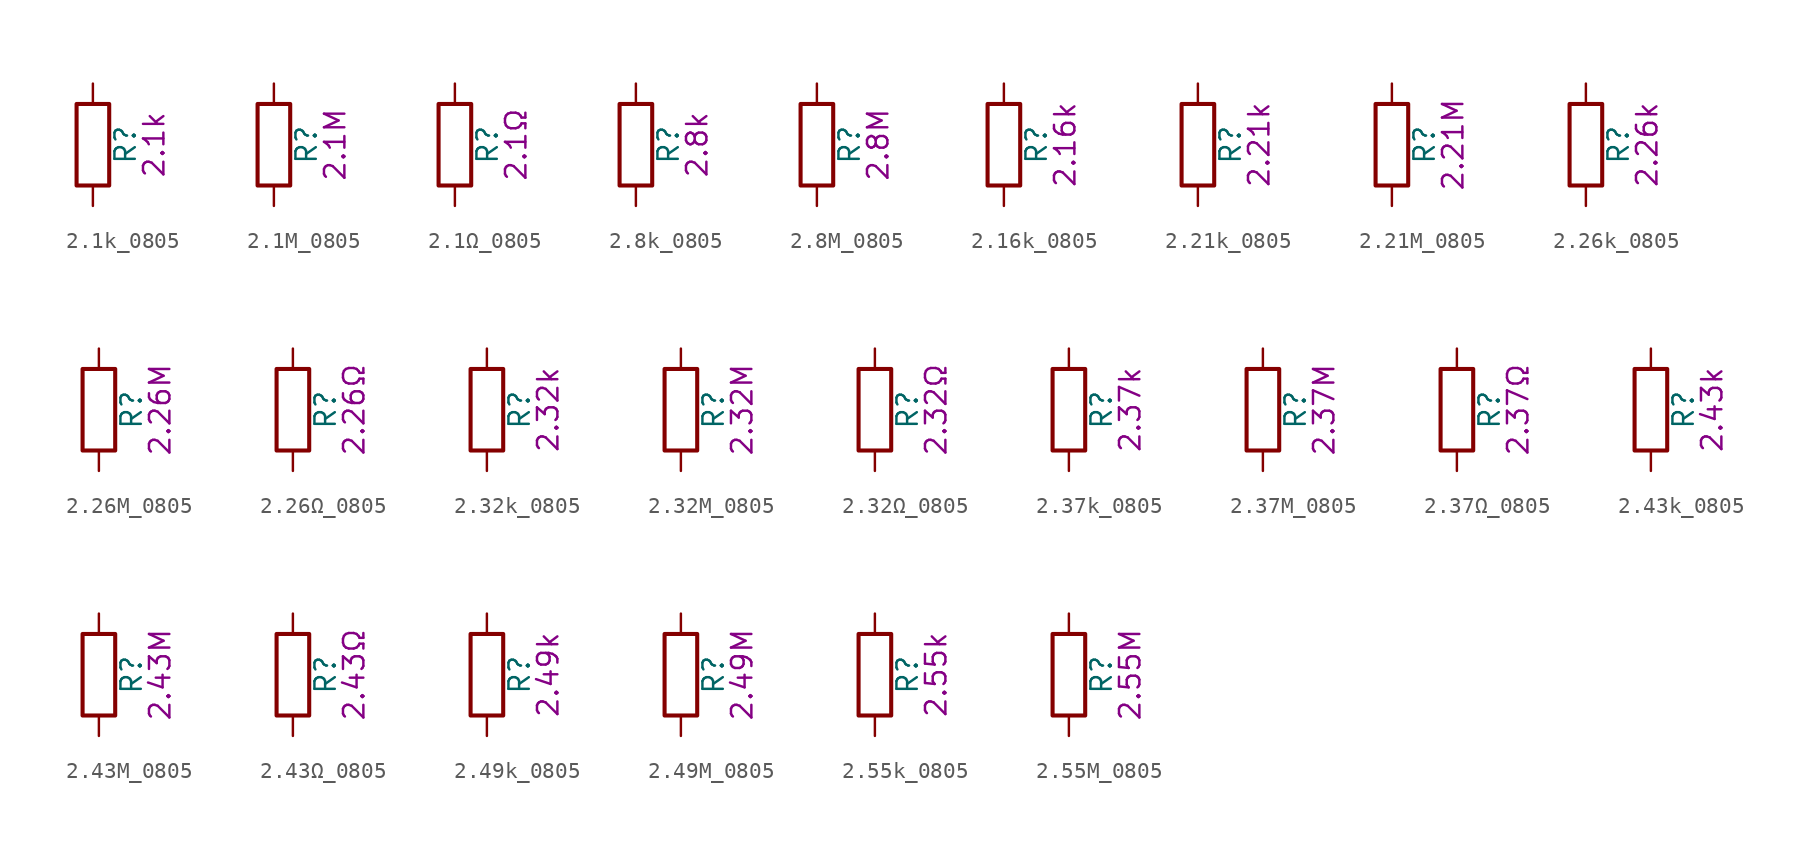
<source format=kicad_sym>
(kicad_symbol_lib
  (version 20211014)
  (generator kicad_symbol_editor)
  (symbol "2.1k_0805"
    (pin_numbers hide)
    (pin_names
      (offset 0))
    (property "Reference" "R"
      (at 2.032 0 90)
      (effects (font (size 1.27 1.27))))
    (property "Display" "2.1k"
      (at 3.81 0 90)
      (effects (font (size 1.27 1.27))))
    (symbol "2.1k_0805_0_1"
      (rectangle (start -1.016 -2.54) (end 1.016 2.54) (stroke (width 0.254) (type default) (color 0 0 0 0)) (fill (type none))))
    (symbol "2.1k_0805_1_1"
      (pin passive line (at 0 3.81 270) (length 1.27) (name "~" (effects (font (size 1.27 1.27)))) (number "1" (effects (font (size 1.27 1.27)))))
      (pin passive line (at 0 -3.81 90) (length 1.27) (name "~" (effects (font (size 1.27 1.27)))) (number "2" (effects (font (size 1.27 1.27)))))))
  (symbol "2.1M_0805"
    (pin_numbers hide)
    (pin_names
      (offset 0))
    (property "Reference" "R"
      (at 2.032 0 90)
      (effects (font (size 1.27 1.27))))
    (property "Display" "2.1M"
      (at 3.81 0 90)
      (effects (font (size 1.27 1.27))))
    (symbol "2.1M_0805_0_1"
      (rectangle (start -1.016 -2.54) (end 1.016 2.54) (stroke (width 0.254) (type default) (color 0 0 0 0)) (fill (type none))))
    (symbol "2.1M_0805_1_1"
      (pin passive line (at 0 3.81 270) (length 1.27) (name "~" (effects (font (size 1.27 1.27)))) (number "1" (effects (font (size 1.27 1.27)))))
      (pin passive line (at 0 -3.81 90) (length 1.27) (name "~" (effects (font (size 1.27 1.27)))) (number "2" (effects (font (size 1.27 1.27)))))))
  (symbol "2.1Ω_0805"
    (pin_numbers hide)
    (pin_names
      (offset 0))
    (property "Reference" "R"
      (at 2.032 0 90)
      (effects (font (size 1.27 1.27))))
    (property "Display" "2.1Ω"
      (at 3.81 0 90)
      (effects (font (size 1.27 1.27))))
    (symbol "2.1Ω_0805_0_1"
      (rectangle (start -1.016 -2.54) (end 1.016 2.54) (stroke (width 0.254) (type default) (color 0 0 0 0)) (fill (type none))))
    (symbol "2.1Ω_0805_1_1"
      (pin passive line (at 0 3.81 270) (length 1.27) (name "~" (effects (font (size 1.27 1.27)))) (number "1" (effects (font (size 1.27 1.27)))))
      (pin passive line (at 0 -3.81 90) (length 1.27) (name "~" (effects (font (size 1.27 1.27)))) (number "2" (effects (font (size 1.27 1.27)))))))
  (symbol "2.8k_0805"
    (pin_numbers hide)
    (pin_names
      (offset 0))
    (property "Reference" "R"
      (at 2.032 0 90)
      (effects (font (size 1.27 1.27))))
    (property "Display" "2.8k"
      (at 3.81 0 90)
      (effects (font (size 1.27 1.27))))
    (symbol "2.8k_0805_0_1"
      (rectangle (start -1.016 -2.54) (end 1.016 2.54) (stroke (width 0.254) (type default) (color 0 0 0 0)) (fill (type none))))
    (symbol "2.8k_0805_1_1"
      (pin passive line (at 0 3.81 270) (length 1.27) (name "~" (effects (font (size 1.27 1.27)))) (number "1" (effects (font (size 1.27 1.27)))))
      (pin passive line (at 0 -3.81 90) (length 1.27) (name "~" (effects (font (size 1.27 1.27)))) (number "2" (effects (font (size 1.27 1.27)))))))
  (symbol "2.8M_0805"
    (pin_numbers hide)
    (pin_names
      (offset 0))
    (property "Reference" "R"
      (at 2.032 0 90)
      (effects (font (size 1.27 1.27))))
    (property "Display" "2.8M"
      (at 3.81 0 90)
      (effects (font (size 1.27 1.27))))
    (symbol "2.8M_0805_0_1"
      (rectangle (start -1.016 -2.54) (end 1.016 2.54) (stroke (width 0.254) (type default) (color 0 0 0 0)) (fill (type none))))
    (symbol "2.8M_0805_1_1"
      (pin passive line (at 0 3.81 270) (length 1.27) (name "~" (effects (font (size 1.27 1.27)))) (number "1" (effects (font (size 1.27 1.27)))))
      (pin passive line (at 0 -3.81 90) (length 1.27) (name "~" (effects (font (size 1.27 1.27)))) (number "2" (effects (font (size 1.27 1.27)))))))
  (symbol "2.16k_0805"
    (pin_numbers hide)
    (pin_names
      (offset 0))
    (property "Reference" "R"
      (at 2.032 0 90)
      (effects (font (size 1.27 1.27))))
    (property "Display" "2.16k"
      (at 3.81 0 90)
      (effects (font (size 1.27 1.27))))
    (symbol "2.16k_0805_0_1"
      (rectangle (start -1.016 -2.54) (end 1.016 2.54) (stroke (width 0.254) (type default) (color 0 0 0 0)) (fill (type none))))
    (symbol "2.16k_0805_1_1"
      (pin passive line (at 0 3.81 270) (length 1.27) (name "~" (effects (font (size 1.27 1.27)))) (number "1" (effects (font (size 1.27 1.27)))))
      (pin passive line (at 0 -3.81 90) (length 1.27) (name "~" (effects (font (size 1.27 1.27)))) (number "2" (effects (font (size 1.27 1.27)))))))
  (symbol "2.21k_0805"
    (pin_numbers hide)
    (pin_names
      (offset 0))
    (property "Reference" "R"
      (at 2.032 0 90)
      (effects (font (size 1.27 1.27))))
    (property "Display" "2.21k"
      (at 3.81 0 90)
      (effects (font (size 1.27 1.27))))
    (symbol "2.21k_0805_0_1"
      (rectangle (start -1.016 -2.54) (end 1.016 2.54) (stroke (width 0.254) (type default) (color 0 0 0 0)) (fill (type none))))
    (symbol "2.21k_0805_1_1"
      (pin passive line (at 0 3.81 270) (length 1.27) (name "~" (effects (font (size 1.27 1.27)))) (number "1" (effects (font (size 1.27 1.27)))))
      (pin passive line (at 0 -3.81 90) (length 1.27) (name "~" (effects (font (size 1.27 1.27)))) (number "2" (effects (font (size 1.27 1.27)))))))
  (symbol "2.21M_0805"
    (pin_numbers hide)
    (pin_names
      (offset 0))
    (property "Reference" "R"
      (at 2.032 0 90)
      (effects (font (size 1.27 1.27))))
    (property "Display" "2.21M"
      (at 3.81 0 90)
      (effects (font (size 1.27 1.27))))
    (symbol "2.21M_0805_0_1"
      (rectangle (start -1.016 -2.54) (end 1.016 2.54) (stroke (width 0.254) (type default) (color 0 0 0 0)) (fill (type none))))
    (symbol "2.21M_0805_1_1"
      (pin passive line (at 0 3.81 270) (length 1.27) (name "~" (effects (font (size 1.27 1.27)))) (number "1" (effects (font (size 1.27 1.27)))))
      (pin passive line (at 0 -3.81 90) (length 1.27) (name "~" (effects (font (size 1.27 1.27)))) (number "2" (effects (font (size 1.27 1.27)))))))
  (symbol "2.26k_0805"
    (pin_numbers hide)
    (pin_names
      (offset 0))
    (property "Reference" "R"
      (at 2.032 0 90)
      (effects (font (size 1.27 1.27))))
    (property "Display" "2.26k"
      (at 3.81 0 90)
      (effects (font (size 1.27 1.27))))
    (symbol "2.26k_0805_0_1"
      (rectangle (start -1.016 -2.54) (end 1.016 2.54) (stroke (width 0.254) (type default) (color 0 0 0 0)) (fill (type none))))
    (symbol "2.26k_0805_1_1"
      (pin passive line (at 0 3.81 270) (length 1.27) (name "~" (effects (font (size 1.27 1.27)))) (number "1" (effects (font (size 1.27 1.27)))))
      (pin passive line (at 0 -3.81 90) (length 1.27) (name "~" (effects (font (size 1.27 1.27)))) (number "2" (effects (font (size 1.27 1.27)))))))
  (symbol "2.26M_0805"
    (pin_numbers hide)
    (pin_names
      (offset 0))
    (property "Reference" "R"
      (at 2.032 0 90)
      (effects (font (size 1.27 1.27))))
    (property "Display" "2.26M"
      (at 3.81 0 90)
      (effects (font (size 1.27 1.27))))
    (symbol "2.26M_0805_0_1"
      (rectangle (start -1.016 -2.54) (end 1.016 2.54) (stroke (width 0.254) (type default) (color 0 0 0 0)) (fill (type none))))
    (symbol "2.26M_0805_1_1"
      (pin passive line (at 0 3.81 270) (length 1.27) (name "~" (effects (font (size 1.27 1.27)))) (number "1" (effects (font (size 1.27 1.27)))))
      (pin passive line (at 0 -3.81 90) (length 1.27) (name "~" (effects (font (size 1.27 1.27)))) (number "2" (effects (font (size 1.27 1.27)))))))
  (symbol "2.26Ω_0805"
    (pin_numbers hide)
    (pin_names
      (offset 0))
    (property "Reference" "R"
      (at 2.032 0 90)
      (effects (font (size 1.27 1.27))))
    (property "Display" "2.26Ω"
      (at 3.81 0 90)
      (effects (font (size 1.27 1.27))))
    (symbol "2.26Ω_0805_0_1"
      (rectangle (start -1.016 -2.54) (end 1.016 2.54) (stroke (width 0.254) (type default) (color 0 0 0 0)) (fill (type none))))
    (symbol "2.26Ω_0805_1_1"
      (pin passive line (at 0 3.81 270) (length 1.27) (name "~" (effects (font (size 1.27 1.27)))) (number "1" (effects (font (size 1.27 1.27)))))
      (pin passive line (at 0 -3.81 90) (length 1.27) (name "~" (effects (font (size 1.27 1.27)))) (number "2" (effects (font (size 1.27 1.27)))))))
  (symbol "2.32k_0805"
    (pin_numbers hide)
    (pin_names
      (offset 0))
    (property "Reference" "R"
      (at 2.032 0 90)
      (effects (font (size 1.27 1.27))))
    (property "Display" "2.32k"
      (at 3.81 0 90)
      (effects (font (size 1.27 1.27))))
    (symbol "2.32k_0805_0_1"
      (rectangle (start -1.016 -2.54) (end 1.016 2.54) (stroke (width 0.254) (type default) (color 0 0 0 0)) (fill (type none))))
    (symbol "2.32k_0805_1_1"
      (pin passive line (at 0 3.81 270) (length 1.27) (name "~" (effects (font (size 1.27 1.27)))) (number "1" (effects (font (size 1.27 1.27)))))
      (pin passive line (at 0 -3.81 90) (length 1.27) (name "~" (effects (font (size 1.27 1.27)))) (number "2" (effects (font (size 1.27 1.27)))))))
  (symbol "2.32M_0805"
    (pin_numbers hide)
    (pin_names
      (offset 0))
    (property "Reference" "R"
      (at 2.032 0 90)
      (effects (font (size 1.27 1.27))))
    (property "Display" "2.32M"
      (at 3.81 0 90)
      (effects (font (size 1.27 1.27))))
    (symbol "2.32M_0805_0_1"
      (rectangle (start -1.016 -2.54) (end 1.016 2.54) (stroke (width 0.254) (type default) (color 0 0 0 0)) (fill (type none))))
    (symbol "2.32M_0805_1_1"
      (pin passive line (at 0 3.81 270) (length 1.27) (name "~" (effects (font (size 1.27 1.27)))) (number "1" (effects (font (size 1.27 1.27)))))
      (pin passive line (at 0 -3.81 90) (length 1.27) (name "~" (effects (font (size 1.27 1.27)))) (number "2" (effects (font (size 1.27 1.27)))))))
  (symbol "2.32Ω_0805"
    (pin_numbers hide)
    (pin_names
      (offset 0))
    (property "Reference" "R"
      (at 2.032 0 90)
      (effects (font (size 1.27 1.27))))
    (property "Display" "2.32Ω"
      (at 3.81 0 90)
      (effects (font (size 1.27 1.27))))
    (symbol "2.32Ω_0805_0_1"
      (rectangle (start -1.016 -2.54) (end 1.016 2.54) (stroke (width 0.254) (type default) (color 0 0 0 0)) (fill (type none))))
    (symbol "2.32Ω_0805_1_1"
      (pin passive line (at 0 3.81 270) (length 1.27) (name "~" (effects (font (size 1.27 1.27)))) (number "1" (effects (font (size 1.27 1.27)))))
      (pin passive line (at 0 -3.81 90) (length 1.27) (name "~" (effects (font (size 1.27 1.27)))) (number "2" (effects (font (size 1.27 1.27)))))))
  (symbol "2.37k_0805"
    (pin_numbers hide)
    (pin_names
      (offset 0))
    (property "Reference" "R"
      (at 2.032 0 90)
      (effects (font (size 1.27 1.27))))
    (property "Display" "2.37k"
      (at 3.81 0 90)
      (effects (font (size 1.27 1.27))))
    (symbol "2.37k_0805_0_1"
      (rectangle (start -1.016 -2.54) (end 1.016 2.54) (stroke (width 0.254) (type default) (color 0 0 0 0)) (fill (type none))))
    (symbol "2.37k_0805_1_1"
      (pin passive line (at 0 3.81 270) (length 1.27) (name "~" (effects (font (size 1.27 1.27)))) (number "1" (effects (font (size 1.27 1.27)))))
      (pin passive line (at 0 -3.81 90) (length 1.27) (name "~" (effects (font (size 1.27 1.27)))) (number "2" (effects (font (size 1.27 1.27)))))))
  (symbol "2.37M_0805"
    (pin_numbers hide)
    (pin_names
      (offset 0))
    (property "Reference" "R"
      (at 2.032 0 90)
      (effects (font (size 1.27 1.27))))
    (property "Display" "2.37M"
      (at 3.81 0 90)
      (effects (font (size 1.27 1.27))))
    (symbol "2.37M_0805_0_1"
      (rectangle (start -1.016 -2.54) (end 1.016 2.54) (stroke (width 0.254) (type default) (color 0 0 0 0)) (fill (type none))))
    (symbol "2.37M_0805_1_1"
      (pin passive line (at 0 3.81 270) (length 1.27) (name "~" (effects (font (size 1.27 1.27)))) (number "1" (effects (font (size 1.27 1.27)))))
      (pin passive line (at 0 -3.81 90) (length 1.27) (name "~" (effects (font (size 1.27 1.27)))) (number "2" (effects (font (size 1.27 1.27)))))))
  (symbol "2.37Ω_0805"
    (pin_numbers hide)
    (pin_names
      (offset 0))
    (property "Reference" "R"
      (at 2.032 0 90)
      (effects (font (size 1.27 1.27))))
    (property "Display" "2.37Ω"
      (at 3.81 0 90)
      (effects (font (size 1.27 1.27))))
    (symbol "2.37Ω_0805_0_1"
      (rectangle (start -1.016 -2.54) (end 1.016 2.54) (stroke (width 0.254) (type default) (color 0 0 0 0)) (fill (type none))))
    (symbol "2.37Ω_0805_1_1"
      (pin passive line (at 0 3.81 270) (length 1.27) (name "~" (effects (font (size 1.27 1.27)))) (number "1" (effects (font (size 1.27 1.27)))))
      (pin passive line (at 0 -3.81 90) (length 1.27) (name "~" (effects (font (size 1.27 1.27)))) (number "2" (effects (font (size 1.27 1.27)))))))
  (symbol "2.43k_0805"
    (pin_numbers hide)
    (pin_names
      (offset 0))
    (property "Reference" "R"
      (at 2.032 0 90)
      (effects (font (size 1.27 1.27))))
    (property "Display" "2.43k"
      (at 3.81 0 90)
      (effects (font (size 1.27 1.27))))
    (symbol "2.43k_0805_0_1"
      (rectangle (start -1.016 -2.54) (end 1.016 2.54) (stroke (width 0.254) (type default) (color 0 0 0 0)) (fill (type none))))
    (symbol "2.43k_0805_1_1"
      (pin passive line (at 0 3.81 270) (length 1.27) (name "~" (effects (font (size 1.27 1.27)))) (number "1" (effects (font (size 1.27 1.27)))))
      (pin passive line (at 0 -3.81 90) (length 1.27) (name "~" (effects (font (size 1.27 1.27)))) (number "2" (effects (font (size 1.27 1.27)))))))
  (symbol "2.43M_0805"
    (pin_numbers hide)
    (pin_names
      (offset 0))
    (property "Reference" "R"
      (at 2.032 0 90)
      (effects (font (size 1.27 1.27))))
    (property "Display" "2.43M"
      (at 3.81 0 90)
      (effects (font (size 1.27 1.27))))
    (symbol "2.43M_0805_0_1"
      (rectangle (start -1.016 -2.54) (end 1.016 2.54) (stroke (width 0.254) (type default) (color 0 0 0 0)) (fill (type none))))
    (symbol "2.43M_0805_1_1"
      (pin passive line (at 0 3.81 270) (length 1.27) (name "~" (effects (font (size 1.27 1.27)))) (number "1" (effects (font (size 1.27 1.27)))))
      (pin passive line (at 0 -3.81 90) (length 1.27) (name "~" (effects (font (size 1.27 1.27)))) (number "2" (effects (font (size 1.27 1.27)))))))
  (symbol "2.43Ω_0805"
    (pin_numbers hide)
    (pin_names
      (offset 0))
    (property "Reference" "R"
      (at 2.032 0 90)
      (effects (font (size 1.27 1.27))))
    (property "Display" "2.43Ω"
      (at 3.81 0 90)
      (effects (font (size 1.27 1.27))))
    (symbol "2.43Ω_0805_0_1"
      (rectangle (start -1.016 -2.54) (end 1.016 2.54) (stroke (width 0.254) (type default) (color 0 0 0 0)) (fill (type none))))
    (symbol "2.43Ω_0805_1_1"
      (pin passive line (at 0 3.81 270) (length 1.27) (name "~" (effects (font (size 1.27 1.27)))) (number "1" (effects (font (size 1.27 1.27)))))
      (pin passive line (at 0 -3.81 90) (length 1.27) (name "~" (effects (font (size 1.27 1.27)))) (number "2" (effects (font (size 1.27 1.27)))))))
  (symbol "2.49k_0805"
    (pin_numbers hide)
    (pin_names
      (offset 0))
    (property "Reference" "R"
      (at 2.032 0 90)
      (effects (font (size 1.27 1.27))))
    (property "Display" "2.49k"
      (at 3.81 0 90)
      (effects (font (size 1.27 1.27))))
    (symbol "2.49k_0805_0_1"
      (rectangle (start -1.016 -2.54) (end 1.016 2.54) (stroke (width 0.254) (type default) (color 0 0 0 0)) (fill (type none))))
    (symbol "2.49k_0805_1_1"
      (pin passive line (at 0 3.81 270) (length 1.27) (name "~" (effects (font (size 1.27 1.27)))) (number "1" (effects (font (size 1.27 1.27)))))
      (pin passive line (at 0 -3.81 90) (length 1.27) (name "~" (effects (font (size 1.27 1.27)))) (number "2" (effects (font (size 1.27 1.27)))))))
  (symbol "2.49M_0805"
    (pin_numbers hide)
    (pin_names
      (offset 0))
    (property "Reference" "R"
      (at 2.032 0 90)
      (effects (font (size 1.27 1.27))))
    (property "Display" "2.49M"
      (at 3.81 0 90)
      (effects (font (size 1.27 1.27))))
    (symbol "2.49M_0805_0_1"
      (rectangle (start -1.016 -2.54) (end 1.016 2.54) (stroke (width 0.254) (type default) (color 0 0 0 0)) (fill (type none))))
    (symbol "2.49M_0805_1_1"
      (pin passive line (at 0 3.81 270) (length 1.27) (name "~" (effects (font (size 1.27 1.27)))) (number "1" (effects (font (size 1.27 1.27)))))
      (pin passive line (at 0 -3.81 90) (length 1.27) (name "~" (effects (font (size 1.27 1.27)))) (number "2" (effects (font (size 1.27 1.27)))))))
  (symbol "2.55k_0805"
    (pin_numbers hide)
    (pin_names
      (offset 0))
    (property "Reference" "R"
      (at 2.032 0 90)
      (effects (font (size 1.27 1.27))))
    (property "Display" "2.55k"
      (at 3.81 0 90)
      (effects (font (size 1.27 1.27))))
    (symbol "2.55k_0805_0_1"
      (rectangle (start -1.016 -2.54) (end 1.016 2.54) (stroke (width 0.254) (type default) (color 0 0 0 0)) (fill (type none))))
    (symbol "2.55k_0805_1_1"
      (pin passive line (at 0 3.81 270) (length 1.27) (name "~" (effects (font (size 1.27 1.27)))) (number "1" (effects (font (size 1.27 1.27)))))
      (pin passive line (at 0 -3.81 90) (length 1.27) (name "~" (effects (font (size 1.27 1.27)))) (number "2" (effects (font (size 1.27 1.27)))))))
  (symbol "2.55M_0805"
    (pin_numbers hide)
    (pin_names
      (offset 0))
    (property "Reference" "R"
      (at 2.032 0 90)
      (effects (font (size 1.27 1.27))))
    (property "Display" "2.55M"
      (at 3.81 0 90)
      (effects (font (size 1.27 1.27))))
    (symbol "2.55M_0805_0_1"
      (rectangle (start -1.016 -2.54) (end 1.016 2.54) (stroke (width 0.254) (type default) (color 0 0 0 0)) (fill (type none))))
    (symbol "2.55M_0805_1_1"
      (pin passive line (at 0 3.81 270) (length 1.27) (name "~" (effects (font (size 1.27 1.27)))) (number "1" (effects (font (size 1.27 1.27)))))
      (pin passive line (at 0 -3.81 90) (length 1.27) (name "~" (effects (font (size 1.27 1.27)))) (number "2" (effects (font (size 1.27 1.27))))))))
</source>
